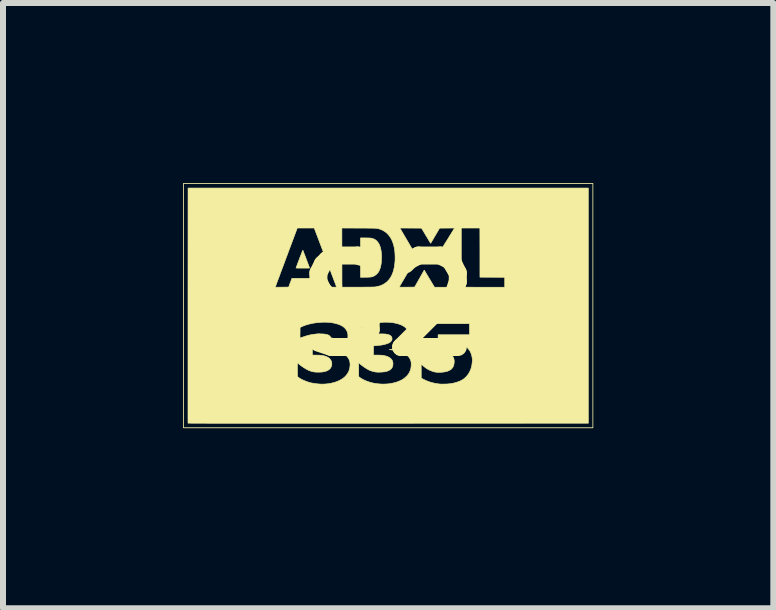
<source format=kicad_pcb>
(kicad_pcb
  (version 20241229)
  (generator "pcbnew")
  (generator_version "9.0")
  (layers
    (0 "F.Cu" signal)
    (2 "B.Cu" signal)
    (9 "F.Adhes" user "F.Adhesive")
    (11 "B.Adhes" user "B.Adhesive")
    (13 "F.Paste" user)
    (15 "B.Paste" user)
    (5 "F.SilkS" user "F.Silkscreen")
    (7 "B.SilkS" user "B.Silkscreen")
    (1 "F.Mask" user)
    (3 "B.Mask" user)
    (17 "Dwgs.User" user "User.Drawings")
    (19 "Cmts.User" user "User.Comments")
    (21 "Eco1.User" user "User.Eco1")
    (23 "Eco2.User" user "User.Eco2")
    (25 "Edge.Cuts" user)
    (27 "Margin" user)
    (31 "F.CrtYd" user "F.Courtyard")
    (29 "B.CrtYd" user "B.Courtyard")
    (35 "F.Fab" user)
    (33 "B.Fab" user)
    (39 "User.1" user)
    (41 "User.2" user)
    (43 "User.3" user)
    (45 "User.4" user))
  (footprint "S2"
    (layer "F.Cu")
    (at 3.416 2.042)
    (property "Reference" "S2" (at 0 0 0) (layer "F.SilkS") (effects (font (size 1.524 1.524) (thickness 0.3))))
    (attr through_hole)
    (fp_poly (pts (xy 3.413 2.037) (xy -3.411 2.037) (xy -3.411 -2.034) (xy -3.408 -2.034) (xy -3.408 2.034) (xy 3.411 2.034) (xy 3.411 -2.034) (xy -3.408 -2.034) (xy -3.411 -2.034) (xy -3.411 -2.037) (xy 3.413 -2.037) (xy 3.413 2.037)) (stroke (width 0.01) (type solid)) (fill yes) (layer "F.SilkS"))
    (fp_poly (pts (xy -0.379 -1.128) (xy -0.356 -1.128) (xy -0.337 -1.127) (xy -0.321 -1.127) (xy -0.309 -1.127) (xy -0.299 -1.126) (xy -0.29 -1.125) (xy -0.283 -1.124) (xy -0.275 -1.123) (xy -0.275 -1.123) (xy -0.246 -1.114) (xy -0.22 -1.102) (xy -0.196 -1.085) (xy -0.176 -1.064) (xy -0.158 -1.039) (xy -0.143 -1.01) (xy -0.131 -0.976) (xy -0.121 -0.938) (xy -0.121 -0.936) (xy -0.116 -0.91) (xy -0.113 -0.884) (xy -0.111 -0.857) (xy -0.109 -0.827) (xy -0.109 -0.804) (xy -0.111 -0.754) (xy -0.114 -0.709) (xy -0.121 -0.668) (xy -0.13 -0.63) (xy -0.142 -0.597) (xy -0.155 -0.569) (xy -0.168 -0.55) (xy -0.184 -0.532) (xy -0.202 -0.515) (xy -0.221 -0.502) (xy -0.231 -0.496) (xy -0.242 -0.49) (xy -0.253 -0.486) (xy -0.262 -0.482) (xy -0.273 -0.48) (xy -0.284 -0.477) (xy -0.296 -0.476) (xy -0.312 -0.475) (xy -0.33 -0.474) (xy -0.352 -0.473) (xy -0.377 -0.473) (xy -0.46 -0.472) (xy -0.46 -1.128) (xy -0.379 -1.128)) (stroke (width 0.01) (type solid)) (fill yes) (layer "F.SilkS"))
    (fp_poly (pts (xy -1.42 -0.923) (xy -1.418 -0.92) (xy -1.416 -0.912) (xy -1.411 -0.901) (xy -1.406 -0.886) (xy -1.399 -0.868) (xy -1.391 -0.847) (xy -1.382 -0.825) (xy -1.373 -0.8) (xy -1.363 -0.774) (xy -1.363 -0.773) (xy -1.353 -0.747) (xy -1.344 -0.723) (xy -1.335 -0.7) (xy -1.328 -0.68) (xy -1.321 -0.662) (xy -1.316 -0.648) (xy -1.312 -0.636) (xy -1.309 -0.629) (xy -1.308 -0.626) (xy -1.308 -0.626) (xy -1.31 -0.626) (xy -1.317 -0.626) (xy -1.329 -0.625) (xy -1.343 -0.625) (xy -1.361 -0.625) (xy -1.381 -0.625) (xy -1.403 -0.625) (xy -1.421 -0.625) (xy -1.452 -0.625) (xy -1.478 -0.625) (xy -1.499 -0.625) (xy -1.515 -0.626) (xy -1.526 -0.626) (xy -1.533 -0.627) (xy -1.534 -0.627) (xy -1.533 -0.63) (xy -1.531 -0.637) (xy -1.527 -0.648) (xy -1.521 -0.663) (xy -1.515 -0.68) (xy -1.507 -0.701) (xy -1.499 -0.723) (xy -1.489 -0.748) (xy -1.479 -0.774) (xy -1.478 -0.779) (xy -1.465 -0.813) (xy -1.453 -0.842) (xy -1.444 -0.867) (xy -1.436 -0.887) (xy -1.43 -0.902) (xy -1.425 -0.914) (xy -1.422 -0.92) (xy -1.42 -0.923) (xy -1.42 -0.923)) (stroke (width 0.01) (type solid)) (fill yes) (layer "F.SilkS"))
    (fp_poly (pts (xy 3.336 1.959) (xy 0.002 1.96) (xy -0.16 1.96) (xy -0.317 1.96) (xy -0.47 1.96) (xy -0.617 1.96) (xy -0.759 1.96) (xy -0.897 1.96) (xy -1.03 1.96) (xy -1.159 1.96) (xy -1.283 1.96) (xy -1.402 1.96) (xy -1.517 1.96) (xy -1.628 1.96) (xy -1.735 1.96) (xy -1.837 1.96) (xy -1.936 1.96) (xy -2.03 1.96) (xy -2.12 1.96) (xy -2.207 1.96) (xy -2.289 1.96) (xy -2.368 1.96) (xy -2.443 1.96) (xy -2.515 1.96) (xy -2.583 1.96) (xy -2.647 1.96) (xy -2.708 1.96) (xy -2.766 1.96) (xy -2.821 1.96) (xy -2.872 1.96) (xy -2.92 1.96) (xy -2.965 1.96) (xy -3.007 1.96) (xy -3.047 1.959) (xy -3.083 1.959) (xy -3.116 1.959) (xy -3.147 1.959) (xy -3.175 1.959) (xy -3.201 1.959) (xy -3.224 1.959) (xy -3.245 1.959) (xy -3.263 1.959) (xy -3.279 1.959) (xy -3.293 1.958) (xy -3.305 1.958) (xy -3.314 1.958) (xy -3.322 1.958) (xy -3.328 1.958) (xy -3.331 1.958) (xy -3.333 1.958) (xy -3.334 1.958) (xy -3.334 1.955) (xy -3.334 1.947) (xy -3.334 1.935) (xy -3.334 1.918) (xy -3.334 1.896) (xy -3.334 1.87) (xy -3.334 1.839) (xy -3.334 1.804) (xy -3.334 1.765) (xy -3.334 1.722) (xy -3.334 1.676) (xy -3.334 1.625) (xy -3.334 1.571) (xy -3.334 1.514) (xy -3.334 1.453) (xy -3.334 1.389) (xy -3.334 1.321) (xy -3.334 1.251) (xy -3.334 1.178) (xy -3.334 1.102) (xy -3.334 1.095) (xy -1.511 1.095) (xy -1.511 1.122) (xy -1.51 1.143) (xy -1.51 1.16) (xy -1.51 1.172) (xy -1.509 1.179) (xy -1.508 1.181) (xy -1.505 1.186) (xy -1.497 1.192) (xy -1.487 1.2) (xy -1.475 1.208) (xy -1.462 1.217) (xy -1.457 1.22) (xy -1.437 1.23) (xy -1.414 1.241) (xy -1.388 1.252) (xy -1.362 1.263) (xy -1.335 1.272) (xy -1.311 1.28) (xy -1.289 1.286) (xy -1.288 1.286) (xy -1.244 1.294) (xy -1.199 1.301) (xy -1.154 1.305) (xy -1.111 1.308) (xy -1.069 1.307) (xy -1.035 1.305) (xy -0.984 1.299) (xy -0.936 1.29) (xy -0.89 1.278) (xy -0.848 1.263) (xy -0.809 1.246) (xy -0.774 1.226) (xy -0.759 1.217) (xy -0.727 1.192) (xy -0.7 1.164) (xy -0.678 1.135) (xy -0.66 1.104) (xy -0.647 1.071) (xy -0.643 1.056) (xy -0.636 1.019) (xy -0.633 0.985) (xy -0.635 0.952) (xy -0.635 0.951) (xy -0.49 0.951) (xy -0.49 1.18) (xy -0.479 1.191) (xy -0.464 1.203) (xy -0.444 1.215) (xy -0.422 1.228) (xy -0.396 1.241) (xy -0.368 1.253) (xy -0.34 1.264) (xy -0.31 1.274) (xy -0.281 1.282) (xy -0.254 1.289) (xy -0.249 1.29) (xy -0.224 1.294) (xy -0.197 1.299) (xy -0.168 1.302) (xy -0.14 1.305) (xy -0.14 1.305) (xy -0.12 1.306) (xy -0.097 1.307) (xy -0.072 1.307) (xy -0.046 1.306) (xy -0.021 1.305) (xy 0.003 1.303) (xy 0.023 1.301) (xy 0.029 1.3) (xy 0.073 1.292) (xy 0.116 1.282) (xy 0.156 1.269) (xy 0.193 1.254) (xy 0.227 1.238) (xy 0.256 1.22) (xy 0.259 1.218) (xy 0.291 1.192) (xy 0.318 1.166) (xy 0.34 1.138) (xy 0.357 1.109) (xy 0.371 1.077) (xy 0.38 1.043) (xy 0.384 1.007) (xy 0.385 0.993) (xy 0.386 0.972) (xy 0.551 0.972) (xy 0.552 1.089) (xy 0.552 1.207) (xy 0.584 1.225) (xy 0.633 1.249) (xy 0.685 1.269) (xy 0.739 1.285) (xy 0.795 1.297) (xy 0.852 1.305) (xy 0.865 1.306) (xy 0.882 1.307) (xy 0.903 1.307) (xy 0.925 1.307) (xy 0.947 1.306) (xy 0.97 1.306) (xy 0.991 1.305) (xy 1.009 1.303) (xy 1.024 1.302) (xy 1.026 1.302) (xy 1.076 1.294) (xy 1.122 1.283) (xy 1.163 1.27) (xy 1.201 1.255) (xy 1.236 1.237) (xy 1.263 1.219) (xy 1.277 1.207) (xy 1.293 1.192) (xy 1.309 1.175) (xy 1.323 1.158) (xy 1.335 1.142) (xy 1.337 1.14) (xy 1.357 1.106) (xy 1.373 1.071) (xy 1.386 1.034) (xy 1.395 0.994) (xy 1.401 0.951) (xy 1.402 0.938) (xy 1.403 0.922) (xy 1.404 0.91) (xy 1.404 0.899) (xy 1.403 0.888) (xy 1.401 0.875) (xy 1.401 0.873) (xy 1.394 0.834) (xy 1.383 0.799) (xy 1.369 0.767) (xy 1.351 0.738) (xy 1.329 0.711) (xy 1.317 0.699) (xy 1.296 0.681) (xy 1.273 0.664) (xy 1.248 0.649) (xy 1.221 0.637) (xy 1.191 0.626) (xy 1.158 0.617) (xy 1.122 0.61) (xy 1.082 0.604) (xy 1.038 0.6) (xy 0.99 0.597) (xy 0.938 0.596) (xy 0.914 0.596) (xy 0.833 0.596) (xy 0.833 0.485) (xy 1.356 0.485) (xy 1.356 0.393) (xy 1.355 0.301) (xy 0.559 0.3) (xy 0.559 0.553) (xy 0.559 0.594) (xy 0.559 0.631) (xy 0.559 0.663) (xy 0.559 0.691) (xy 0.559 0.715) (xy 0.559 0.735) (xy 0.559 0.752) (xy 0.559 0.766) (xy 0.56 0.778) (xy 0.56 0.787) (xy 0.56 0.793) (xy 0.561 0.798) (xy 0.561 0.801) (xy 0.562 0.803) (xy 0.562 0.804) (xy 0.563 0.804) (xy 0.563 0.804) (xy 0.578 0.8) (xy 0.598 0.796) (xy 0.62 0.791) (xy 0.644 0.786) (xy 0.668 0.782) (xy 0.692 0.778) (xy 0.715 0.775) (xy 0.734 0.772) (xy 0.744 0.771) (xy 0.79 0.767) (xy 0.831 0.766) (xy 0.868 0.765) (xy 0.901 0.767) (xy 0.931 0.77) (xy 0.959 0.776) (xy 0.984 0.783) (xy 1.007 0.792) (xy 1.029 0.803) (xy 1.043 0.812) (xy 1.063 0.829) (xy 1.079 0.848) (xy 1.091 0.87) (xy 1.098 0.895) (xy 1.102 0.923) (xy 1.101 0.941) (xy 1.098 0.972) (xy 1.091 1) (xy 1.08 1.024) (xy 1.066 1.044) (xy 1.048 1.062) (xy 1.027 1.076) (xy 1.018 1.08) (xy 0.991 1.092) (xy 0.961 1.1) (xy 0.927 1.106) (xy 0.891 1.11) (xy 0.851 1.111) (xy 0.828 1.111) (xy 0.809 1.11) (xy 0.792 1.108) (xy 0.776 1.105) (xy 0.76 1.101) (xy 0.741 1.095) (xy 0.734 1.093) (xy 0.694 1.077) (xy 0.656 1.057) (xy 0.619 1.032) (xy 0.583 1.003) (xy 0.568 0.988) (xy 0.551 0.972) (xy 0.386 0.972) (xy 0.386 0.971) (xy 0.385 0.952) (xy 0.382 0.936) (xy 0.378 0.92) (xy 0.373 0.904) (xy 0.362 0.882) (xy 0.349 0.862) (xy 0.332 0.843) (xy 0.312 0.825) (xy 0.3 0.815) (xy 0.271 0.797) (xy 0.239 0.781) (xy 0.203 0.767) (xy 0.162 0.755) (xy 0.117 0.746) (xy 0.068 0.738) (xy 0.06 0.737) (xy 0.019 0.733) (xy 0.037 0.731) (xy 0.047 0.73) (xy 0.06 0.728) (xy 0.074 0.727) (xy 0.086 0.725) (xy 0.105 0.722) (xy 0.126 0.719) (xy 0.148 0.714) (xy 0.169 0.709) (xy 0.188 0.703) (xy 0.204 0.698) (xy 0.208 0.696) (xy 0.234 0.683) (xy 0.259 0.668) (xy 0.281 0.651) (xy 0.301 0.632) (xy 0.318 0.613) (xy 0.33 0.594) (xy 0.331 0.591) (xy 0.338 0.576) (xy 0.343 0.562) (xy 0.346 0.548) (xy 0.348 0.533) (xy 0.349 0.515) (xy 0.349 0.503) (xy 0.349 0.488) (xy 0.348 0.476) (xy 0.348 0.467) (xy 0.346 0.459) (xy 0.344 0.451) (xy 0.342 0.446) (xy 0.33 0.417) (xy 0.314 0.392) (xy 0.293 0.369) (xy 0.269 0.349) (xy 0.265 0.346) (xy 0.239 0.332) (xy 0.209 0.318) (xy 0.175 0.306) (xy 0.138 0.296) (xy 0.097 0.287) (xy 0.072 0.283) (xy 0.054 0.281) (xy 0.033 0.279) (xy 0.01 0.278) (xy -0.013 0.276) (xy -0.035 0.276) (xy -0.055 0.276) (xy -0.072 0.276) (xy -0.079 0.277) (xy -0.092 0.278) (xy -0.108 0.279) (xy -0.125 0.281) (xy -0.141 0.282) (xy -0.142 0.282) (xy -0.18 0.286) (xy -0.218 0.291) (xy -0.256 0.298) (xy -0.294 0.307) (xy -0.33 0.317) (xy -0.364 0.327) (xy -0.395 0.339) (xy -0.422 0.351) (xy -0.435 0.358) (xy -0.447 0.364) (xy -0.447 0.453) (xy -0.447 0.541) (xy -0.431 0.535) (xy -0.417 0.529) (xy -0.398 0.523) (xy -0.378 0.516) (xy -0.357 0.509) (xy -0.337 0.503) (xy -0.319 0.498) (xy -0.303 0.493) (xy -0.302 0.493) (xy -0.272 0.486) (xy -0.24 0.481) (xy -0.204 0.476) (xy -0.168 0.473) (xy -0.133 0.471) (xy -0.099 0.471) (xy -0.068 0.472) (xy -0.063 0.472) (xy -0.033 0.475) (xy -0.007 0.48) (xy 0.014 0.486) (xy 0.031 0.494) (xy 0.045 0.504) (xy 0.055 0.515) (xy 0.06 0.524) (xy 0.065 0.541) (xy 0.066 0.558) (xy 0.061 0.574) (xy 0.052 0.59) (xy 0.039 0.604) (xy 0.023 0.616) (xy 0.01 0.623) (xy -0.008 0.63) (xy -0.028 0.637) (xy -0.051 0.644) (xy -0.074 0.65) (xy -0.098 0.655) (xy -0.107 0.656) (xy -0.119 0.658) (xy -0.136 0.66) (xy -0.154 0.662) (xy -0.174 0.664) (xy -0.193 0.666) (xy -0.211 0.668) (xy -0.225 0.668) (xy -0.227 0.669) (xy -0.243 0.669) (xy -0.243 0.747) (xy -0.244 0.824) (xy -0.182 0.824) (xy -0.163 0.824) (xy -0.145 0.825) (xy -0.127 0.825) (xy -0.112 0.826) (xy -0.1 0.827) (xy -0.097 0.827) (xy -0.06 0.834) (xy -0.028 0.842) (xy 0.000414 0.853) (xy 0.024 0.866) (xy 0.044 0.882) (xy 0.046 0.884) (xy 0.061 0.901) (xy 0.072 0.919) (xy 0.078 0.939) (xy 0.081 0.962) (xy 0.081 0.97) (xy 0.079 0.996) (xy 0.073 1.019) (xy 0.062 1.039) (xy 0.047 1.057) (xy 0.027 1.072) (xy 0.004 1.085) (xy -0.024 1.095) (xy -0.057 1.102) (xy -0.094 1.106) (xy -0.135 1.108) (xy -0.146 1.109) (xy -0.165 1.108) (xy -0.18 1.108) (xy -0.192 1.107) (xy -0.203 1.106) (xy -0.213 1.105) (xy -0.225 1.103) (xy -0.226 1.102) (xy -0.248 1.097) (xy -0.271 1.091) (xy -0.293 1.083) (xy -0.312 1.076) (xy -0.32 1.072) (xy -0.342 1.06) (xy -0.365 1.046) (xy -0.389 1.031) (xy -0.413 1.014) (xy -0.436 0.997) (xy -0.457 0.981) (xy -0.474 0.966) (xy -0.479 0.962) (xy -0.49 0.951) (xy -0.635 0.951) (xy -0.641 0.922) (xy -0.652 0.893) (xy -0.667 0.868) (xy -0.683 0.848) (xy -0.707 0.825) (xy -0.734 0.806) (xy -0.764 0.788) (xy -0.799 0.773) (xy -0.837 0.761) (xy -0.879 0.75) (xy -0.926 0.742) (xy -0.961 0.738) (xy -0.974 0.736) (xy -0.986 0.735) (xy -0.994 0.733) (xy -0.999 0.733) (xy -1 0.733) (xy -0.997 0.732) (xy -0.991 0.731) (xy -0.98 0.73) (xy -0.968 0.729) (xy -0.956 0.728) (xy -0.909 0.722) (xy -0.867 0.713) (xy -0.828 0.701) (xy -0.793 0.687) (xy -0.762 0.67) (xy -0.735 0.649) (xy -0.712 0.626) (xy -0.703 0.615) (xy -0.689 0.593) (xy -0.679 0.567) (xy -0.672 0.54) (xy -0.669 0.511) (xy -0.67 0.483) (xy -0.674 0.457) (xy -0.684 0.428) (xy -0.699 0.401) (xy -0.718 0.377) (xy -0.741 0.356) (xy -0.763 0.341) (xy -0.784 0.329) (xy -0.81 0.318) (xy -0.838 0.308) (xy -0.869 0.299) (xy -0.902 0.291) (xy -0.934 0.285) (xy -0.955 0.282) (xy -0.972 0.28) (xy -0.992 0.279) (xy -1.014 0.277) (xy -1.036 0.276) (xy -1.057 0.276) (xy -1.076 0.276) (xy -1.091 0.276) (xy -1.097 0.277) (xy -1.11 0.278) (xy -1.126 0.279) (xy -1.144 0.281) (xy -1.16 0.282) (xy -1.161 0.282) (xy -1.204 0.286) (xy -1.245 0.292) (xy -1.286 0.301) (xy -1.314 0.307) (xy -1.346 0.316) (xy -1.373 0.324) (xy -1.397 0.333) (xy -1.42 0.342) (xy -1.441 0.352) (xy -1.467 0.364) (xy -1.467 0.453) (xy -1.468 0.477) (xy -1.468 0.495) (xy -1.468 0.51) (xy -1.467 0.522) (xy -1.467 0.53) (xy -1.467 0.535) (xy -1.466 0.538) (xy -1.465 0.54) (xy -1.464 0.54) (xy -1.464 0.54) (xy -1.428 0.526) (xy -1.389 0.513) (xy -1.351 0.501) (xy -1.317 0.492) (xy -1.289 0.486) (xy -1.257 0.48) (xy -1.223 0.476) (xy -1.188 0.473) (xy -1.153 0.471) (xy -1.12 0.471) (xy -1.089 0.472) (xy -1.082 0.472) (xy -1.054 0.475) (xy -1.031 0.479) (xy -1.012 0.484) (xy -0.995 0.49) (xy -0.981 0.498) (xy -0.976 0.502) (xy -0.968 0.51) (xy -0.961 0.522) (xy -0.956 0.535) (xy -0.953 0.547) (xy -0.953 0.556) (xy -0.954 0.562) (xy -0.956 0.57) (xy -0.96 0.578) (xy -0.967 0.59) (xy -0.977 0.602) (xy -0.99 0.612) (xy -1.006 0.621) (xy -1.026 0.63) (xy -1.049 0.638) (xy -1.077 0.646) (xy -1.099 0.651) (xy -1.125 0.656) (xy -1.154 0.66) (xy -1.185 0.664) (xy -1.217 0.666) (xy -1.231 0.667) (xy -1.262 0.669) (xy -1.262 0.746) (xy -1.262 0.824) (xy -1.199 0.824) (xy -1.17 0.825) (xy -1.145 0.825) (xy -1.123 0.827) (xy -1.103 0.829) (xy -1.085 0.833) (xy -1.066 0.837) (xy -1.061 0.838) (xy -1.031 0.848) (xy -1.005 0.86) (xy -0.983 0.875) (xy -0.966 0.892) (xy -0.952 0.912) (xy -0.943 0.933) (xy -0.938 0.957) (xy -0.938 0.982) (xy -0.94 0.993) (xy -0.946 1.016) (xy -0.957 1.037) (xy -0.972 1.056) (xy -0.991 1.071) (xy -1.014 1.084) (xy -1.041 1.094) (xy -1.044 1.094) (xy -1.063 1.099) (xy -1.081 1.103) (xy -1.099 1.106) (xy -1.117 1.107) (xy -1.139 1.108) (xy -1.163 1.108) (xy -1.187 1.108) (xy -1.208 1.107) (xy -1.226 1.106) (xy -1.242 1.103) (xy -1.259 1.1) (xy -1.278 1.095) (xy -1.284 1.093) (xy -1.307 1.085) (xy -1.333 1.074) (xy -1.36 1.06) (xy -1.388 1.043) (xy -1.417 1.025) (xy -1.445 1.005) (xy -1.472 0.985) (xy -1.492 0.968) (xy -1.51 0.952) (xy -1.511 1.064) (xy -1.511 1.095) (xy -3.334 1.095) (xy -3.334 1.024) (xy -3.334 0.943) (xy -3.334 0.859) (xy -3.334 0.774) (xy -3.334 0.686) (xy -3.334 0.596) (xy -3.334 0.504) (xy -3.334 0.411) (xy -3.334 0.316) (xy -3.334 0.219) (xy -3.334 0.121) (xy -3.334 0.022) (xy -3.334 -0.003) (xy -3.334 -0.307) (xy -1.88 -0.307) (xy -1.769 -0.308) (xy -1.657 -0.309) (xy -1.644 -0.343) (xy -1.639 -0.358) (xy -1.632 -0.377) (xy -1.624 -0.395) (xy -1.618 -0.413) (xy -1.617 -0.416) (xy -1.602 -0.455) (xy -1.241 -0.455) (xy -1.214 -0.381) (xy -1.188 -0.307) (xy -1.023 -0.307) (xy -0.989 -0.307) (xy -0.959 -0.307) (xy -0.934 -0.307) (xy -0.913 -0.308) (xy -0.897 -0.308) (xy -0.883 -0.308) (xy -0.873 -0.308) (xy -0.866 -0.309) (xy -0.861 -0.309) (xy -0.859 -0.31) (xy -0.859 -0.31) (xy -0.86 -0.313) (xy -0.863 -0.32) (xy -0.867 -0.332) (xy -0.873 -0.347) (xy -0.88 -0.367) (xy -0.889 -0.39) (xy -0.899 -0.416) (xy -0.91 -0.446) (xy -0.922 -0.479) (xy -0.936 -0.514) (xy -0.95 -0.552) (xy -0.965 -0.592) (xy -0.981 -0.634) (xy -0.998 -0.678) (xy -1.015 -0.724) (xy -1.033 -0.771) (xy -1.045 -0.802) (xy -0.77 -0.802) (xy -0.77 -0.752) (xy -0.77 -0.704) (xy -0.769 -0.657) (xy -0.769 -0.613) (xy -0.769 -0.57) (xy -0.769 -0.53) (xy -0.769 -0.492) (xy -0.769 -0.457) (xy -0.769 -0.425) (xy -0.769 -0.397) (xy -0.769 -0.372) (xy -0.768 -0.35) (xy -0.768 -0.333) (xy -0.768 -0.321) (xy -0.768 -0.312) (xy -0.768 -0.309) (xy -0.768 -0.309) (xy -0.765 -0.309) (xy -0.757 -0.308) (xy -0.746 -0.308) (xy -0.73 -0.308) (xy -0.71 -0.308) (xy -0.687 -0.308) (xy -0.661 -0.308) (xy -0.632 -0.308) (xy -0.6 -0.308) (xy -0.567 -0.308) (xy -0.532 -0.308) (xy -0.498 -0.308) (xy -0.454 -0.308) (xy -0.415 -0.308) (xy -0.381 -0.309) (xy -0.351 -0.309) (xy -0.324 -0.309) (xy -0.301 -0.309) (xy -0.282 -0.309) (xy -0.271 -0.31) (xy 0.185 -0.31) (xy 0.188 -0.309) (xy 0.195 -0.309) (xy 0.207 -0.308) (xy 0.222 -0.308) (xy 0.242 -0.308) (xy 0.265 -0.308) (xy 0.29 -0.308) (xy 0.314 -0.308) (xy 0.442 -0.309) (xy 0.514 -0.436) (xy 0.527 -0.459) (xy 0.54 -0.482) (xy 0.552 -0.504) (xy 0.563 -0.523) (xy 0.573 -0.541) (xy 0.581 -0.555) (xy 0.588 -0.567) (xy 0.592 -0.575) (xy 0.594 -0.578) (xy 0.602 -0.592) (xy 0.773 -0.307) (xy 0.952 -0.307) (xy 0.986 -0.307) (xy 1.016 -0.307) (xy 1.041 -0.307) (xy 1.062 -0.307) (xy 1.08 -0.308) (xy 1.094 -0.308) (xy 1.105 -0.308) (xy 1.114 -0.308) (xy 1.12 -0.309) (xy 1.124 -0.309) (xy 1.127 -0.31) (xy 1.128 -0.31) (xy 1.128 -0.311) (xy 1.128 -0.312) (xy 1.126 -0.314) (xy 1.122 -0.321) (xy 1.116 -0.332) (xy 1.108 -0.346) (xy 1.098 -0.364) (xy 1.086 -0.384) (xy 1.072 -0.407) (xy 1.057 -0.433) (xy 1.041 -0.461) (xy 1.024 -0.491) (xy 1.005 -0.522) (xy 0.986 -0.555) (xy 0.974 -0.575) (xy 0.823 -0.834) (xy 0.959 -1.054) (xy 0.978 -1.084) (xy 0.997 -1.114) (xy 1.014 -1.142) (xy 1.03 -1.169) (xy 1.046 -1.193) (xy 1.059 -1.215) (xy 1.071 -1.235) (xy 1.082 -1.252) (xy 1.09 -1.265) (xy 1.096 -1.275) (xy 1.1 -1.281) (xy 1.101 -1.283) (xy 1.107 -1.293) (xy 1.219 -1.293) (xy 1.219 -0.802) (xy 1.219 -0.752) (xy 1.219 -0.704) (xy 1.219 -0.657) (xy 1.219 -0.613) (xy 1.219 -0.57) (xy 1.219 -0.53) (xy 1.219 -0.492) (xy 1.22 -0.457) (xy 1.22 -0.425) (xy 1.22 -0.397) (xy 1.22 -0.372) (xy 1.22 -0.351) (xy 1.22 -0.333) (xy 1.22 -0.321) (xy 1.221 -0.312) (xy 1.221 -0.309) (xy 1.221 -0.309) (xy 1.223 -0.309) (xy 1.231 -0.309) (xy 1.243 -0.308) (xy 1.259 -0.308) (xy 1.279 -0.308) (xy 1.303 -0.308) (xy 1.33 -0.308) (xy 1.36 -0.308) (xy 1.393 -0.308) (xy 1.429 -0.307) (xy 1.467 -0.307) (xy 1.506 -0.307) (xy 1.547 -0.307) (xy 1.583 -0.307) (xy 1.943 -0.307) (xy 1.943 -0.472) (xy 1.737 -0.473) (xy 1.53 -0.474) (xy 1.53 -0.883) (xy 1.529 -1.293) (xy 1.219 -1.293) (xy 1.107 -1.293) (xy 1.107 -1.293) (xy 0.983 -1.292) (xy 0.858 -1.291) (xy 0.784 -1.165) (xy 0.77 -1.142) (xy 0.758 -1.12) (xy 0.746 -1.1) (xy 0.735 -1.082) (xy 0.726 -1.067) (xy 0.719 -1.055) (xy 0.713 -1.046) (xy 0.71 -1.04) (xy 0.709 -1.039) (xy 0.707 -1.041) (xy 0.703 -1.047) (xy 0.697 -1.057) (xy 0.689 -1.07) (xy 0.68 -1.085) (xy 0.669 -1.104) (xy 0.657 -1.124) (xy 0.644 -1.146) (xy 0.632 -1.165) (xy 0.557 -1.291) (xy 0.377 -1.292) (xy 0.196 -1.293) (xy 0.233 -1.23) (xy 0.24 -1.218) (xy 0.25 -1.201) (xy 0.261 -1.182) (xy 0.274 -1.159) (xy 0.289 -1.134) (xy 0.305 -1.107) (xy 0.321 -1.079) (xy 0.339 -1.05) (xy 0.356 -1.02) (xy 0.373 -0.99) (xy 0.375 -0.988) (xy 0.48 -0.808) (xy 0.333 -0.56) (xy 0.313 -0.527) (xy 0.295 -0.496) (xy 0.277 -0.466) (xy 0.261 -0.438) (xy 0.245 -0.412) (xy 0.231 -0.388) (xy 0.219 -0.367) (xy 0.208 -0.349) (xy 0.199 -0.334) (xy 0.192 -0.322) (xy 0.188 -0.314) (xy 0.186 -0.31) (xy 0.185 -0.31) (xy -0.271 -0.31) (xy -0.265 -0.31) (xy -0.251 -0.31) (xy -0.239 -0.31) (xy -0.23 -0.311) (xy -0.222 -0.311) (xy -0.215 -0.312) (xy -0.21 -0.312) (xy -0.205 -0.313) (xy -0.204 -0.313) (xy -0.162 -0.322) (xy -0.123 -0.334) (xy -0.087 -0.35) (xy -0.054 -0.37) (xy -0.023 -0.393) (xy -0.01 -0.406) (xy 0.017 -0.435) (xy 0.04 -0.468) (xy 0.061 -0.505) (xy 0.078 -0.546) (xy 0.092 -0.591) (xy 0.103 -0.64) (xy 0.111 -0.693) (xy 0.116 -0.749) (xy 0.117 -0.803) (xy 0.115 -0.858) (xy 0.111 -0.91) (xy 0.104 -0.958) (xy 0.094 -1.003) (xy 0.081 -1.045) (xy 0.073 -1.068) (xy 0.055 -1.108) (xy 0.033 -1.144) (xy 0.008 -1.177) (xy -0.019 -1.206) (xy -0.05 -1.231) (xy -0.083 -1.251) (xy -0.118 -1.268) (xy -0.152 -1.279) (xy -0.16 -1.281) (xy -0.166 -1.282) (xy -0.172 -1.284) (xy -0.178 -1.285) (xy -0.185 -1.286) (xy -0.192 -1.287) (xy -0.199 -1.288) (xy -0.209 -1.289) (xy -0.219 -1.289) (xy -0.232 -1.29) (xy -0.246 -1.29) (xy -0.263 -1.291) (xy -0.283 -1.291) (xy -0.306 -1.291) (xy -0.333 -1.291) (xy -0.363 -1.292) (xy -0.397 -1.292) (xy -0.436 -1.292) (xy -0.479 -1.292) (xy -0.488 -1.292) (xy -0.77 -1.293) (xy -0.77 -0.802) (xy -1.045 -0.802) (xy -1.045 -0.803) (xy -1.231 -1.293) (xy -1.372 -1.293) (xy -1.513 -1.293) (xy -1.695 -0.806) (xy -1.713 -0.758) (xy -1.73 -0.711) (xy -1.747 -0.666) (xy -1.763 -0.623) (xy -1.779 -0.581) (xy -1.794 -0.542) (xy -1.807 -0.504) (xy -1.82 -0.47) (xy -1.832 -0.438) (xy -1.843 -0.41) (xy -1.852 -0.384) (xy -1.86 -0.362) (xy -1.867 -0.344) (xy -1.872 -0.33) (xy -1.876 -0.32) (xy -1.878 -0.314) (xy -1.879 -0.313) (xy -1.88 -0.307) (xy -3.334 -0.307) (xy -3.333 -1.959) (xy 3.336 -1.959) (xy 3.336 1.959)) (stroke (width 0.01) (type solid)) (fill yes) (layer "F.SilkS")))
  (gr_rect
    (start -3 -3)
    (end 9.834 7.084)
    (stroke (width 0.1) (type default))
    (fill no)
    (layer "Edge.Cuts")))
</source>
